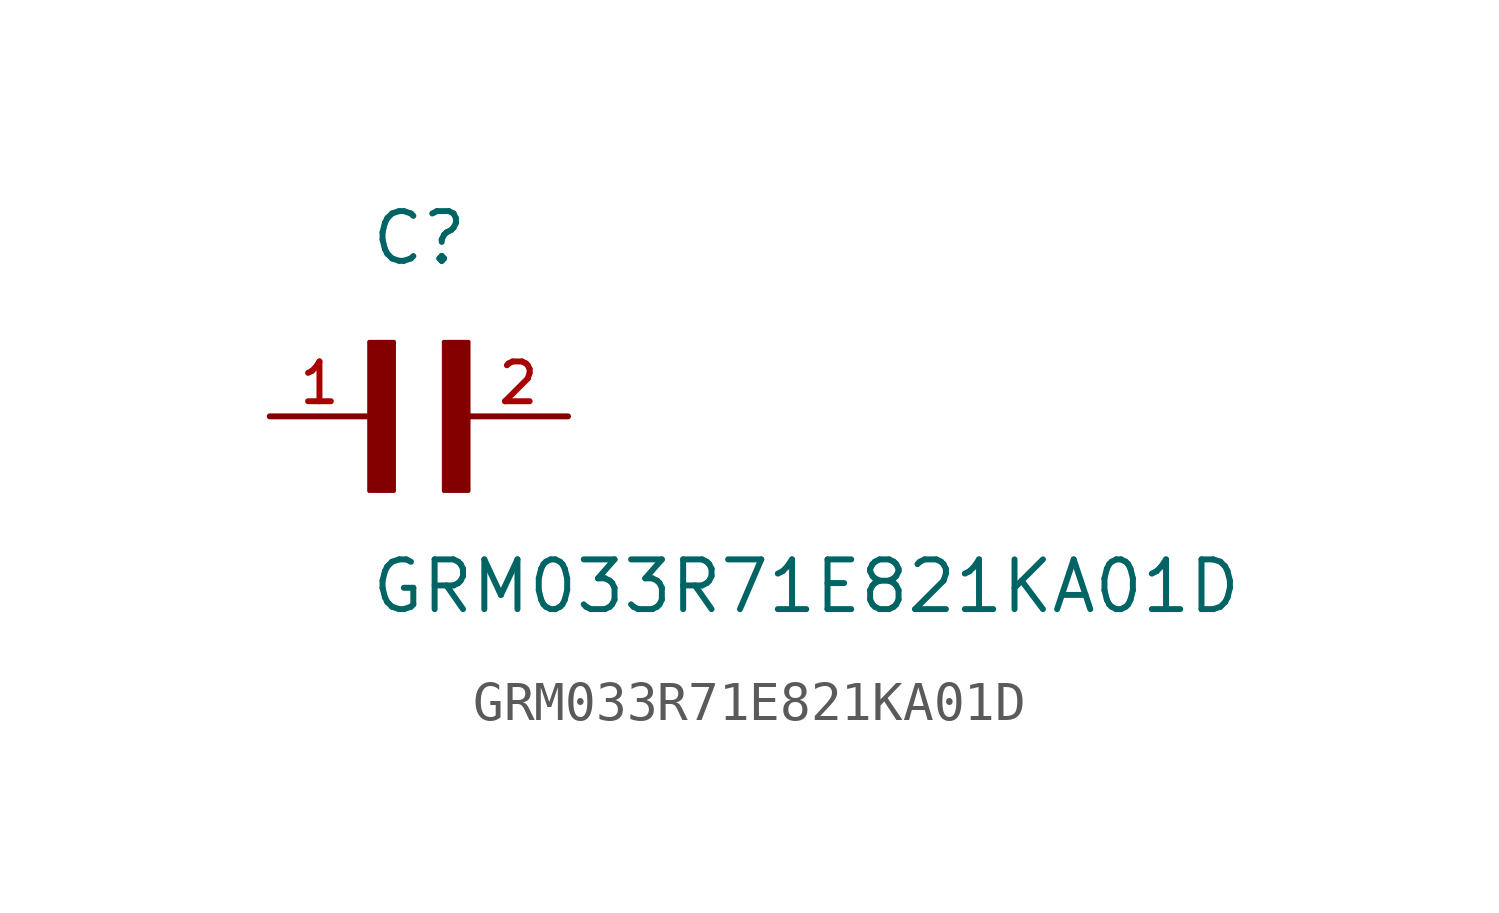
<source format=kicad_sym>
(kicad_symbol_lib
  (version 20211014)
  (generator kicad_symbol_editor)
  (symbol "GRM033R71E821KA01D"
    (pin_names
      (offset 1.016))
    (property "Reference" "C"
      (at 0.0 3.811 0)
      (effects (font (size 1.27 1.27)) (justify bottom left)))
    (property "Value" "GRM033R71E821KA01D"
      (at 0.0 -5.088 0)
      (effects (font (size 1.27 1.27)) (justify bottom left)))
    (symbol "GRM033R71E821KA01D_0_0"
      (rectangle (start 0.0 -1.907) (end 0.635 1.905) (stroke (width 0.1)) (fill (type outline)))
      (rectangle (start 1.907 -1.907) (end 2.54 1.905) (stroke (width 0.1)) (fill (type outline)))
      (pin passive line (at 5.08 0.0 180.0) (length 2.54) (name "~" (effects (font (size 1.016 1.016)))) (number "2" (effects (font (size 1.016 1.016)))))
      (pin passive line (at -2.54 0.0 0) (length 2.54) (name "~" (effects (font (size 1.016 1.016)))) (number "1" (effects (font (size 1.016 1.016))))))))
</source>
